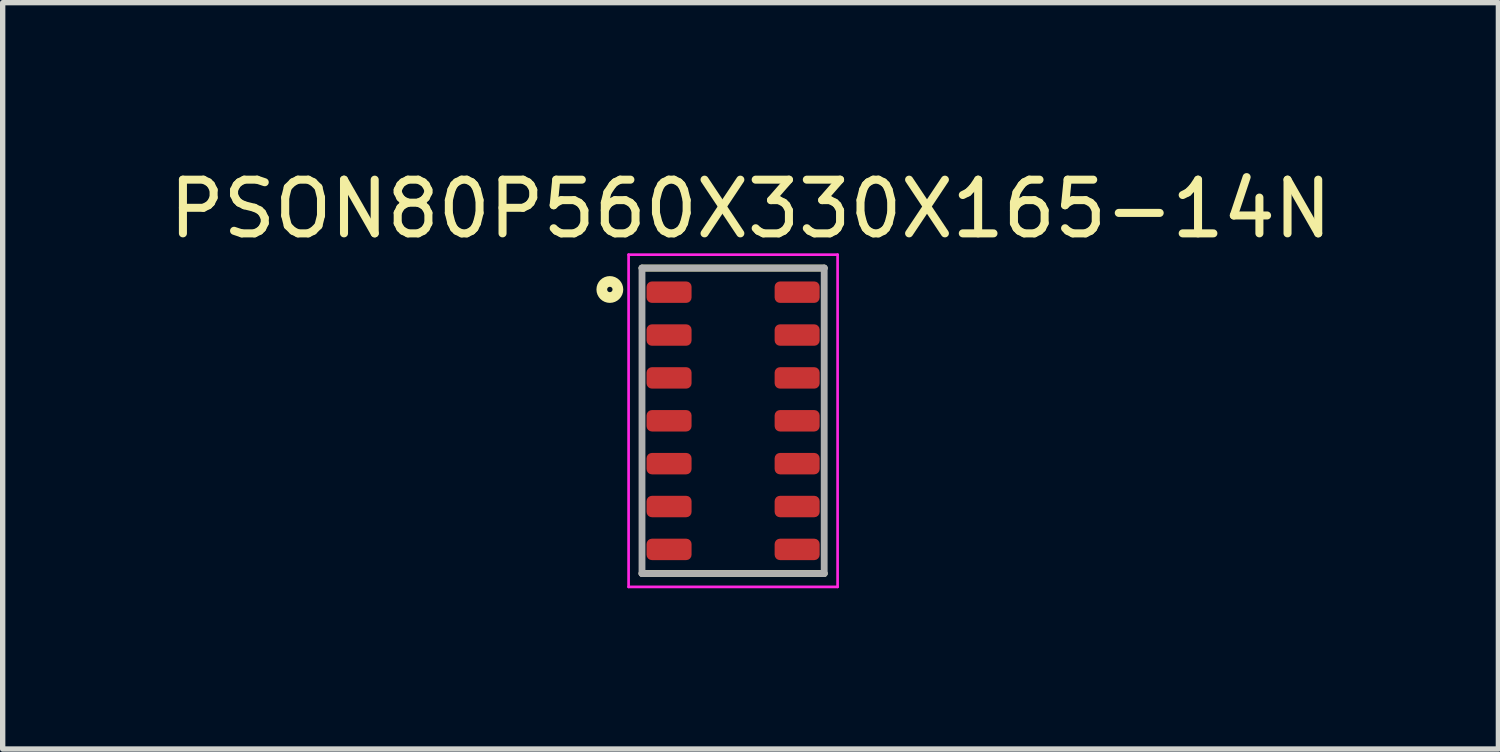
<source format=kicad_pcb>
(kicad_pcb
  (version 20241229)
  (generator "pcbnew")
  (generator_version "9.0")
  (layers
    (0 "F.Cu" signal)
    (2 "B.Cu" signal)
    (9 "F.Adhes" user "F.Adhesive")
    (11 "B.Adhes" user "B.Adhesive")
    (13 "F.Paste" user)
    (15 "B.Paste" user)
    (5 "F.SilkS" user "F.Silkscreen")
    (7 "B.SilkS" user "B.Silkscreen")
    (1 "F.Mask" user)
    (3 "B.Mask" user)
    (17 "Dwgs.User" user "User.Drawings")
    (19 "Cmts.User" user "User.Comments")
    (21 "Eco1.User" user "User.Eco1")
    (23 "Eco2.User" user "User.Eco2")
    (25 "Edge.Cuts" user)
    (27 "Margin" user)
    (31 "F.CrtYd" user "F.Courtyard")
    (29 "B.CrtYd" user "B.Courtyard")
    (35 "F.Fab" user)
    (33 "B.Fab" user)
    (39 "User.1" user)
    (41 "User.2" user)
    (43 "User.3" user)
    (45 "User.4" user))
  (footprint "PSON80P560X330X165-14N"
    (layer "F.Cu")
    (at 10.63 4.802)
    (property "Reference" "PSON80P560X330X165-14N" (at 0.326 -3.953 0) (layer "F.SilkS") (effects (font (size 1.002 1.002) (thickness 0.15))))
    (attr smd)
    (fp_line (start -1.7 -2.85) (end 1.7 -2.85) (stroke (width 0.127) (type solid)) (layer "F.SilkS"))
    (fp_line (start -1.7 2.85) (end 1.7 2.85) (stroke (width 0.127) (type solid)) (layer "F.SilkS"))
    (fp_circle (center -2.3 -2.45) (end -2.15 -2.45) (stroke (width 0.2) (type solid)) (fill no) (layer "F.SilkS"))
    (fp_line (start -1.95 -3.1) (end 1.95 -3.1) (stroke (width 0.05) (type solid)) (layer "F.CrtYd"))
    (fp_line (start -1.95 3.1) (end -1.95 -3.1) (stroke (width 0.05) (type solid)) (layer "F.CrtYd"))
    (fp_line (start 1.95 -3.1) (end 1.95 3.1) (stroke (width 0.05) (type solid)) (layer "F.CrtYd"))
    (fp_line (start 1.95 3.1) (end -1.95 3.1) (stroke (width 0.05) (type solid)) (layer "F.CrtYd"))
    (fp_line (start -1.7 -2.85) (end -1.7 2.85) (stroke (width 0.127) (type solid)) (layer "F.Fab"))
    (fp_line (start -1.7 2.85) (end 1.7 2.85) (stroke (width 0.127) (type solid)) (layer "F.Fab"))
    (fp_line (start 1.7 -2.85) (end -1.7 -2.85) (stroke (width 0.127) (type solid)) (layer "F.Fab"))
    (fp_line (start 1.7 2.85) (end 1.7 -2.85) (stroke (width 0.127) (type solid)) (layer "F.Fab"))
    (pad "1" smd roundrect (at -1.195 -2.4) (size 0.84 0.4) (layers "F.Cu" "F.Mask" "F.Paste") (roundrect_rratio 0.25))
    (pad "2" smd roundrect (at -1.195 -1.6) (size 0.84 0.4) (layers "F.Cu" "F.Mask" "F.Paste") (roundrect_rratio 0.25))
    (pad "3" smd roundrect (at -1.195 -0.8) (size 0.84 0.4) (layers "F.Cu" "F.Mask" "F.Paste") (roundrect_rratio 0.25))
    (pad "4" smd roundrect (at -1.195 0) (size 0.84 0.4) (layers "F.Cu" "F.Mask" "F.Paste") (roundrect_rratio 0.25))
    (pad "5" smd roundrect (at -1.195 0.8) (size 0.84 0.4) (layers "F.Cu" "F.Mask" "F.Paste") (roundrect_rratio 0.25))
    (pad "6" smd roundrect (at -1.195 1.6) (size 0.84 0.4) (layers "F.Cu" "F.Mask" "F.Paste") (roundrect_rratio 0.25))
    (pad "7" smd roundrect (at -1.195 2.4) (size 0.84 0.4) (layers "F.Cu" "F.Mask" "F.Paste") (roundrect_rratio 0.25))
    (pad "8" smd roundrect (at 1.195 2.4 180) (size 0.84 0.4) (layers "F.Cu" "F.Mask" "F.Paste") (roundrect_rratio 0.25))
    (pad "9" smd roundrect (at 1.195 1.6 180) (size 0.84 0.4) (layers "F.Cu" "F.Mask" "F.Paste") (roundrect_rratio 0.25))
    (pad "10" smd roundrect (at 1.195 0.8 180) (size 0.84 0.4) (layers "F.Cu" "F.Mask" "F.Paste") (roundrect_rratio 0.25))
    (pad "11" smd roundrect (at 1.195 0 180) (size 0.84 0.4) (layers "F.Cu" "F.Mask" "F.Paste") (roundrect_rratio 0.25))
    (pad "12" smd roundrect (at 1.195 -0.8 180) (size 0.84 0.4) (layers "F.Cu" "F.Mask" "F.Paste") (roundrect_rratio 0.25))
    (pad "13" smd roundrect (at 1.195 -1.6 180) (size 0.84 0.4) (layers "F.Cu" "F.Mask" "F.Paste") (roundrect_rratio 0.25))
    (pad "14" smd roundrect (at 1.195 -2.4 180) (size 0.84 0.4) (layers "F.Cu" "F.Mask" "F.Paste") (roundrect_rratio 0.25)))
  (gr_rect
    (start -3 -3)
    (end 24.911 10.927)
    (stroke (width 0.1) (type default))
    (fill no)
    (layer "Edge.Cuts")))
</source>
